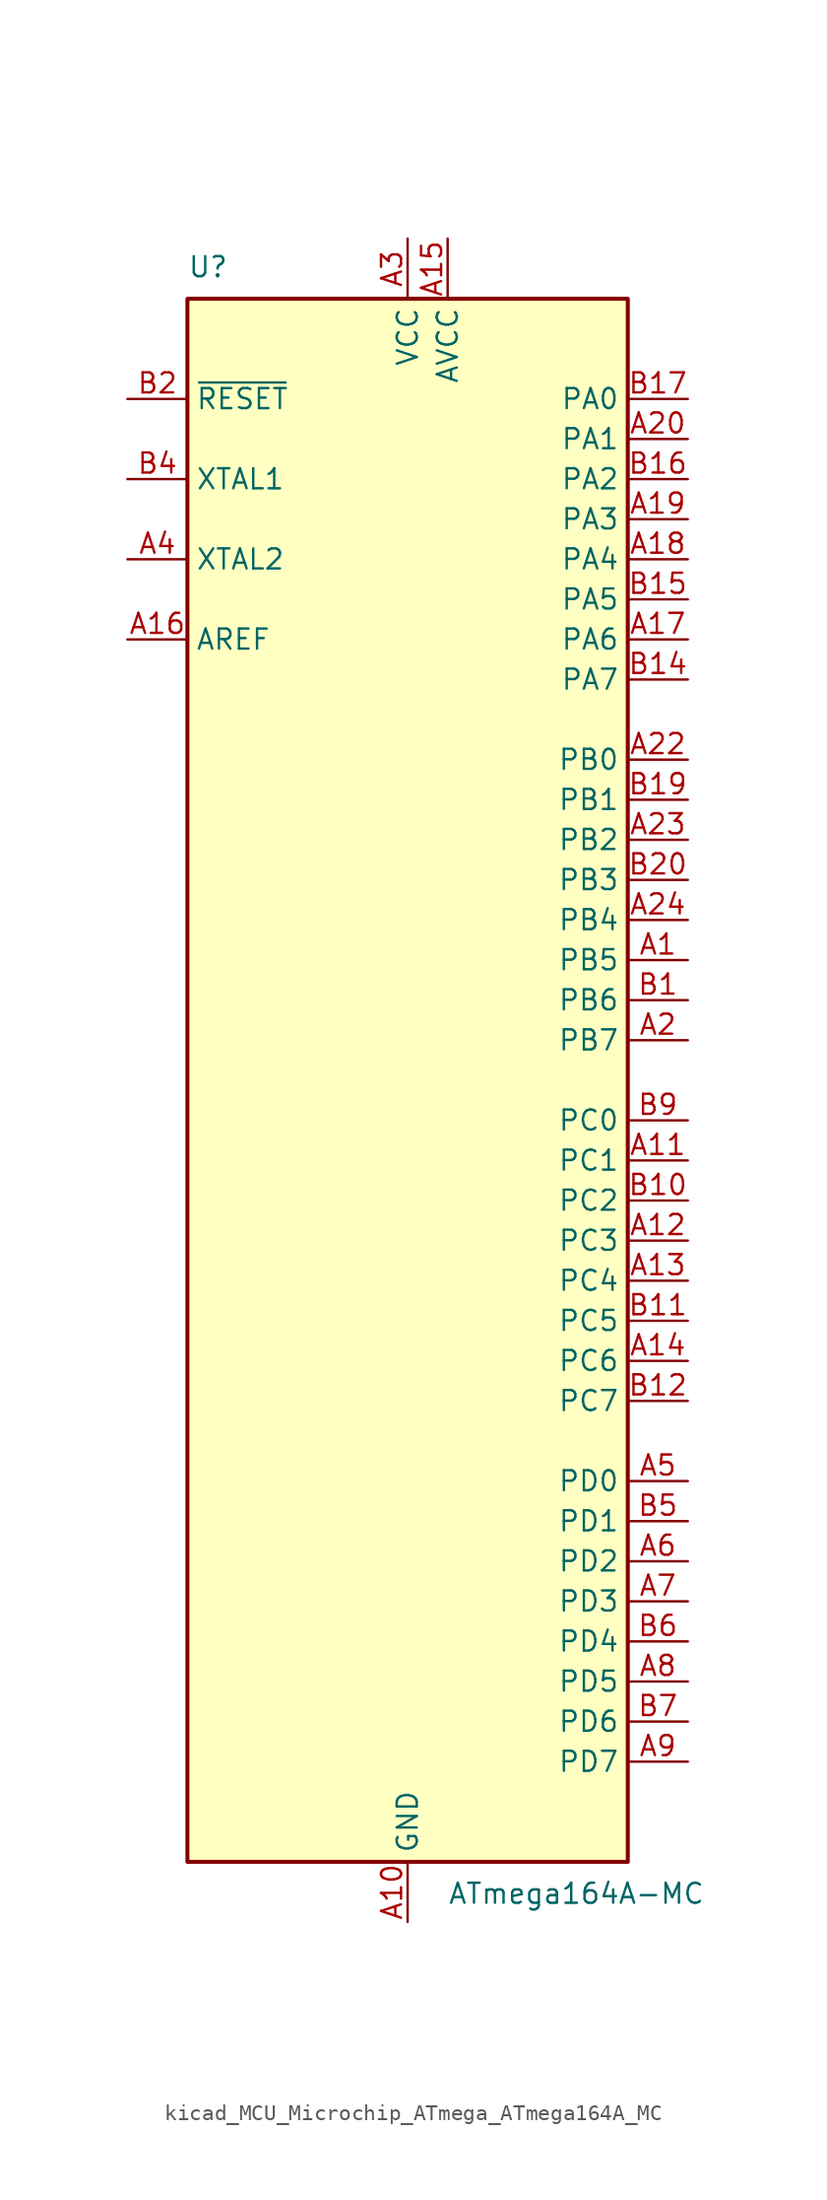
<source format=kicad_sym>
(kicad_symbol_lib
  (version 20220914)
  (generator kicad_symbol_editor)
  (symbol "kicad_MCU_Microchip_ATmega_ATmega164A_MC"
    (property "Reference" "U"
      (at -13.97 50.8 0)
      (effects (font (size 1.27 1.27)) (justify left bottom)))
    (property "Value" "ATmega164A-MC"
      (at 2.54 -50.8 0)
      (effects (font (size 1.27 1.27)) (justify left top)))
    (symbol "kicad_MCU_Microchip_ATmega_ATmega164A_MC_0_1"
      (rectangle (start -13.97 -49.53) (end 13.97 49.53) (stroke (width 0.254) (type default)) (fill (type background))))
    (symbol "kicad_MCU_Microchip_ATmega_ATmega164A_MC_1_1"
      (pin bidirectional line (at 17.78 7.62 180) (length 3.81) (name "PB5" (effects (font (size 1.27 1.27)))) (number "A1" (effects (font (size 1.27 1.27)))))
      (pin power_in line (at 0 -53.34 90) (length 3.81) (name "GND" (effects (font (size 1.27 1.27)))) (number "A10" (effects (font (size 1.27 1.27)))))
      (pin bidirectional line (at 17.78 -5.08 180) (length 3.81) (name "PC1" (effects (font (size 1.27 1.27)))) (number "A11" (effects (font (size 1.27 1.27)))))
      (pin bidirectional line (at 17.78 -10.16 180) (length 3.81) (name "PC3" (effects (font (size 1.27 1.27)))) (number "A12" (effects (font (size 1.27 1.27)))))
      (pin bidirectional line (at 17.78 -12.7 180) (length 3.81) (name "PC4" (effects (font (size 1.27 1.27)))) (number "A13" (effects (font (size 1.27 1.27)))))
      (pin bidirectional line (at 17.78 -17.78 180) (length 3.81) (name "PC6" (effects (font (size 1.27 1.27)))) (number "A14" (effects (font (size 1.27 1.27)))))
      (pin power_in line (at 2.54 53.34 270) (length 3.81) (name "AVCC" (effects (font (size 1.27 1.27)))) (number "A15" (effects (font (size 1.27 1.27)))))
      (pin passive line (at -17.78 27.94 0) (length 3.81) (name "AREF" (effects (font (size 1.27 1.27)))) (number "A16" (effects (font (size 1.27 1.27)))))
      (pin bidirectional line (at 17.78 27.94 180) (length 3.81) (name "PA6" (effects (font (size 1.27 1.27)))) (number "A17" (effects (font (size 1.27 1.27)))))
      (pin bidirectional line (at 17.78 33.02 180) (length 3.81) (name "PA4" (effects (font (size 1.27 1.27)))) (number "A18" (effects (font (size 1.27 1.27)))))
      (pin bidirectional line (at 17.78 35.56 180) (length 3.81) (name "PA3" (effects (font (size 1.27 1.27)))) (number "A19" (effects (font (size 1.27 1.27)))))
      (pin bidirectional line (at 17.78 2.54 180) (length 3.81) (name "PB7" (effects (font (size 1.27 1.27)))) (number "A2" (effects (font (size 1.27 1.27)))))
      (pin bidirectional line (at 17.78 40.64 180) (length 3.81) (name "PA1" (effects (font (size 1.27 1.27)))) (number "A20" (effects (font (size 1.27 1.27)))))
      (pin passive line (at 0 53.34 270) (length 3.81) hide (name "VCC" (effects (font (size 1.27 1.27)))) (number "A21" (effects (font (size 1.27 1.27)))))
      (pin bidirectional line (at 17.78 20.32 180) (length 3.81) (name "PB0" (effects (font (size 1.27 1.27)))) (number "A22" (effects (font (size 1.27 1.27)))))
      (pin bidirectional line (at 17.78 15.24 180) (length 3.81) (name "PB2" (effects (font (size 1.27 1.27)))) (number "A23" (effects (font (size 1.27 1.27)))))
      (pin bidirectional line (at 17.78 10.16 180) (length 3.81) (name "PB4" (effects (font (size 1.27 1.27)))) (number "A24" (effects (font (size 1.27 1.27)))))
      (pin power_in line (at 0 53.34 270) (length 3.81) (name "VCC" (effects (font (size 1.27 1.27)))) (number "A3" (effects (font (size 1.27 1.27)))))
      (pin output line (at -17.78 33.02 0) (length 3.81) (name "XTAL2" (effects (font (size 1.27 1.27)))) (number "A4" (effects (font (size 1.27 1.27)))))
      (pin bidirectional line (at 17.78 -25.4 180) (length 3.81) (name "PD0" (effects (font (size 1.27 1.27)))) (number "A5" (effects (font (size 1.27 1.27)))))
      (pin bidirectional line (at 17.78 -30.48 180) (length 3.81) (name "PD2" (effects (font (size 1.27 1.27)))) (number "A6" (effects (font (size 1.27 1.27)))))
      (pin bidirectional line (at 17.78 -33.02 180) (length 3.81) (name "PD3" (effects (font (size 1.27 1.27)))) (number "A7" (effects (font (size 1.27 1.27)))))
      (pin bidirectional line (at 17.78 -38.1 180) (length 3.81) (name "PD5" (effects (font (size 1.27 1.27)))) (number "A8" (effects (font (size 1.27 1.27)))))
      (pin bidirectional line (at 17.78 -43.18 180) (length 3.81) (name "PD7" (effects (font (size 1.27 1.27)))) (number "A9" (effects (font (size 1.27 1.27)))))
      (pin bidirectional line (at 17.78 5.08 180) (length 3.81) (name "PB6" (effects (font (size 1.27 1.27)))) (number "B1" (effects (font (size 1.27 1.27)))))
      (pin bidirectional line (at 17.78 -7.62 180) (length 3.81) (name "PC2" (effects (font (size 1.27 1.27)))) (number "B10" (effects (font (size 1.27 1.27)))))
      (pin bidirectional line (at 17.78 -15.24 180) (length 3.81) (name "PC5" (effects (font (size 1.27 1.27)))) (number "B11" (effects (font (size 1.27 1.27)))))
      (pin bidirectional line (at 17.78 -20.32 180) (length 3.81) (name "PC7" (effects (font (size 1.27 1.27)))) (number "B12" (effects (font (size 1.27 1.27)))))
      (pin passive line (at 0 -53.34 90) (length 3.81) hide (name "GND" (effects (font (size 1.27 1.27)))) (number "B13" (effects (font (size 1.27 1.27)))))
      (pin bidirectional line (at 17.78 25.4 180) (length 3.81) (name "PA7" (effects (font (size 1.27 1.27)))) (number "B14" (effects (font (size 1.27 1.27)))))
      (pin bidirectional line (at 17.78 30.48 180) (length 3.81) (name "PA5" (effects (font (size 1.27 1.27)))) (number "B15" (effects (font (size 1.27 1.27)))))
      (pin bidirectional line (at 17.78 38.1 180) (length 3.81) (name "PA2" (effects (font (size 1.27 1.27)))) (number "B16" (effects (font (size 1.27 1.27)))))
      (pin bidirectional line (at 17.78 43.18 180) (length 3.81) (name "PA0" (effects (font (size 1.27 1.27)))) (number "B17" (effects (font (size 1.27 1.27)))))
      (pin passive line (at 0 -53.34 90) (length 3.81) hide (name "GND" (effects (font (size 1.27 1.27)))) (number "B18" (effects (font (size 1.27 1.27)))))
      (pin bidirectional line (at 17.78 17.78 180) (length 3.81) (name "PB1" (effects (font (size 1.27 1.27)))) (number "B19" (effects (font (size 1.27 1.27)))))
      (pin input line (at -17.78 43.18 0) (length 3.81) (name "~{RESET}" (effects (font (size 1.27 1.27)))) (number "B2" (effects (font (size 1.27 1.27)))))
      (pin bidirectional line (at 17.78 12.7 180) (length 3.81) (name "PB3" (effects (font (size 1.27 1.27)))) (number "B20" (effects (font (size 1.27 1.27)))))
      (pin passive line (at 0 -53.34 90) (length 3.81) hide (name "GND" (effects (font (size 1.27 1.27)))) (number "B3" (effects (font (size 1.27 1.27)))))
      (pin input line (at -17.78 38.1 0) (length 3.81) (name "XTAL1" (effects (font (size 1.27 1.27)))) (number "B4" (effects (font (size 1.27 1.27)))))
      (pin bidirectional line (at 17.78 -27.94 180) (length 3.81) (name "PD1" (effects (font (size 1.27 1.27)))) (number "B5" (effects (font (size 1.27 1.27)))))
      (pin bidirectional line (at 17.78 -35.56 180) (length 3.81) (name "PD4" (effects (font (size 1.27 1.27)))) (number "B6" (effects (font (size 1.27 1.27)))))
      (pin bidirectional line (at 17.78 -40.64 180) (length 3.81) (name "PD6" (effects (font (size 1.27 1.27)))) (number "B7" (effects (font (size 1.27 1.27)))))
      (pin passive line (at 0 53.34 270) (length 3.81) hide (name "VCC" (effects (font (size 1.27 1.27)))) (number "B8" (effects (font (size 1.27 1.27)))))
      (pin bidirectional line (at 17.78 -2.54 180) (length 3.81) (name "PC0" (effects (font (size 1.27 1.27)))) (number "B9" (effects (font (size 1.27 1.27)))))
      (pin passive line (at 0 -53.34 90) (length 3.81) hide (name "GND" (effects (font (size 1.27 1.27)))) (number "EP" (effects (font (size 1.27 1.27))))))))
</source>
